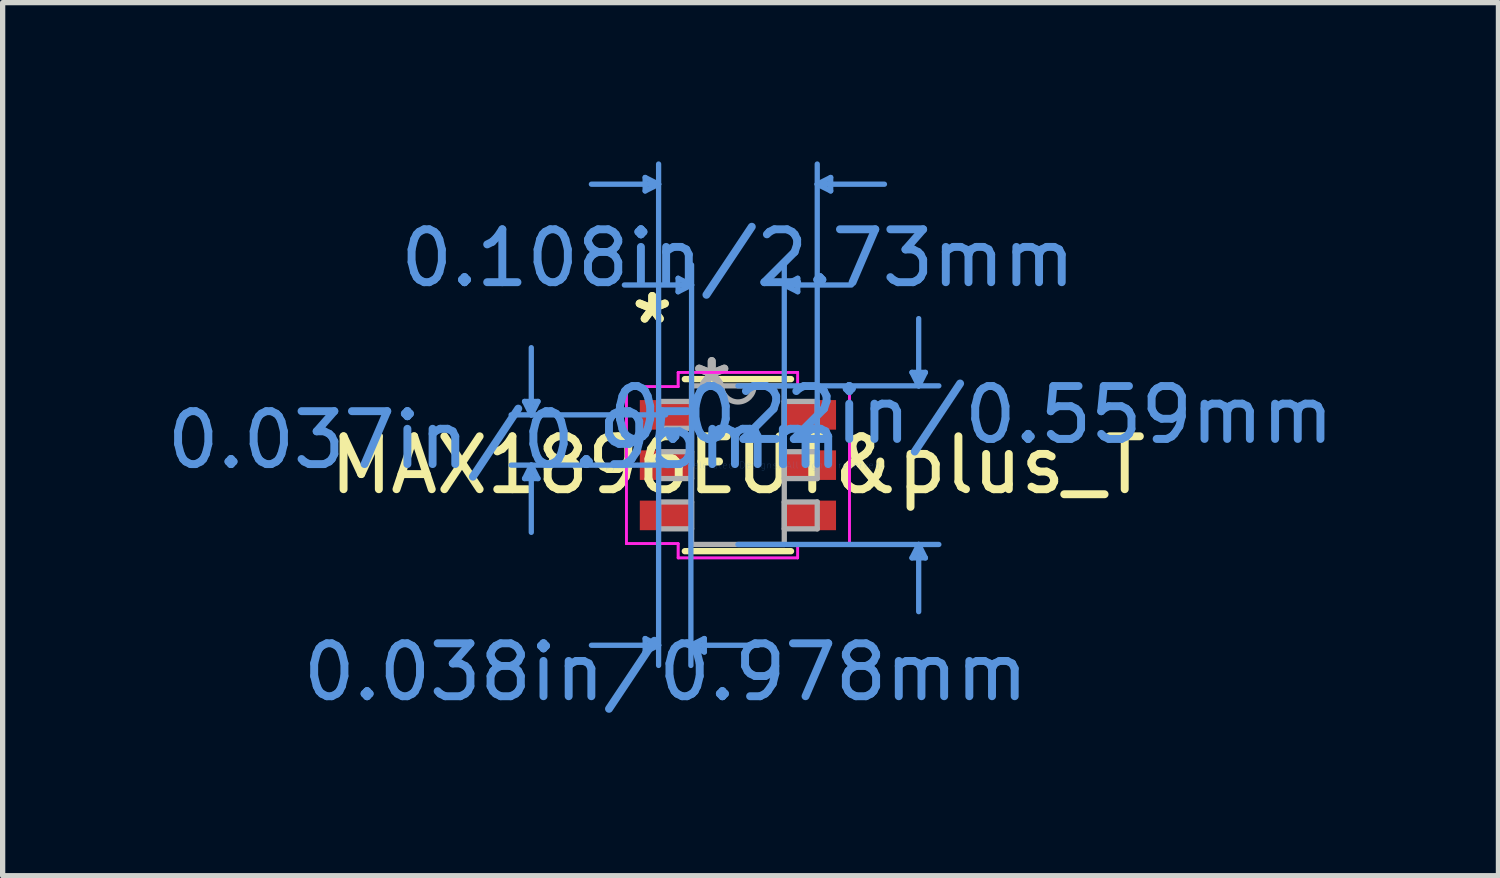
<source format=kicad_pcb>
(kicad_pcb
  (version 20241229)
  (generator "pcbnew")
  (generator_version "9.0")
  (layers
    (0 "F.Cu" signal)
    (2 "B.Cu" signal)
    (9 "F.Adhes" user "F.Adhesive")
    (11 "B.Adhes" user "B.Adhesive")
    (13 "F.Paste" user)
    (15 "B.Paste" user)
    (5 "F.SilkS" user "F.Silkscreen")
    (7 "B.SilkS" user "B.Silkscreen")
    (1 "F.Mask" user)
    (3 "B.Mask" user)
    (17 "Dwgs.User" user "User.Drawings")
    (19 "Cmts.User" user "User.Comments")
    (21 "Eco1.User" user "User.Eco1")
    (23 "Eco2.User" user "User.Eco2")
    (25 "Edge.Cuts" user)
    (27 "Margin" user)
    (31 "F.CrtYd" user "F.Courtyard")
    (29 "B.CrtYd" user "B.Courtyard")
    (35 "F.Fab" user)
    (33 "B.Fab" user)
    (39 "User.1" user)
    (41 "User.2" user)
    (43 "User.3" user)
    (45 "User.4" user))
  (footprint "MAX1896EUT&plus_T"
    (layer "F.Cu")
    (at 10.895 5.74)
    (property "Reference" "MAX1896EUT&plus_T" (at 0 0 0) (layer "F.SilkS") (effects (font (size 1 1) (thickness 0.15))))
    (attr through_hole)
    (fp_line (start -1.003 1.626) (end 1.003 1.626) (stroke (width 0.12) (type solid)) (layer "F.SilkS"))
    (fp_line (start 1.003 -1.626) (end -1.003 -1.626) (stroke (width 0.12) (type solid)) (layer "F.SilkS"))
    (fp_line (start -4.032 -1.204) (end -3.778 -1.204) (stroke (width 0.1) (type solid)) (layer "Cmts.User"))
    (fp_line (start -4.032 0.254) (end -3.778 0.254) (stroke (width 0.1) (type solid)) (layer "Cmts.User"))
    (fp_line (start -3.905 -0.95) (end -4.032 -1.204) (stroke (width 0.1) (type solid)) (layer "Cmts.User"))
    (fp_line (start -3.905 -0.95) (end -3.905 -2.22) (stroke (width 0.1) (type solid)) (layer "Cmts.User"))
    (fp_line (start -3.905 -0.95) (end -3.778 -1.204) (stroke (width 0.1) (type solid)) (layer "Cmts.User"))
    (fp_line (start -3.905 0) (end -4.032 0.254) (stroke (width 0.1) (type solid)) (layer "Cmts.User"))
    (fp_line (start -3.905 0) (end -3.905 1.27) (stroke (width 0.1) (type solid)) (layer "Cmts.User"))
    (fp_line (start -3.905 0) (end -3.778 0.254) (stroke (width 0.1) (type solid)) (layer "Cmts.User"))
    (fp_line (start -1.753 -5.436) (end -1.753 -5.182) (stroke (width 0.1) (type solid)) (layer "Cmts.User"))
    (fp_line (start -1.753 3.277) (end -1.753 3.531) (stroke (width 0.1) (type solid)) (layer "Cmts.User"))
    (fp_line (start -1.499 -5.309) (end -2.769 -5.309) (stroke (width 0.1) (type solid)) (layer "Cmts.User"))
    (fp_line (start -1.499 -5.309) (end -1.753 -5.436) (stroke (width 0.1) (type solid)) (layer "Cmts.User"))
    (fp_line (start -1.499 -5.309) (end -1.753 -5.182) (stroke (width 0.1) (type solid)) (layer "Cmts.User"))
    (fp_line (start -1.499 0) (end -1.499 -5.69) (stroke (width 0.1) (type solid)) (layer "Cmts.User"))
    (fp_line (start -1.499 0) (end -1.499 3.785) (stroke (width 0.1) (type solid)) (layer "Cmts.User"))
    (fp_line (start -1.499 3.404) (end -2.769 3.404) (stroke (width 0.1) (type solid)) (layer "Cmts.User"))
    (fp_line (start -1.499 3.404) (end -1.753 3.277) (stroke (width 0.1) (type solid)) (layer "Cmts.User"))
    (fp_line (start -1.499 3.404) (end -1.753 3.531) (stroke (width 0.1) (type solid)) (layer "Cmts.User"))
    (fp_line (start -1.365 -0.95) (end -4.286 -0.95) (stroke (width 0.1) (type solid)) (layer "Cmts.User"))
    (fp_line (start -1.365 0) (end -4.286 0) (stroke (width 0.1) (type solid)) (layer "Cmts.User"))
    (fp_line (start -1.13 -3.531) (end -1.13 -3.277) (stroke (width 0.1) (type solid)) (layer "Cmts.User"))
    (fp_line (start -0.889 0) (end -0.889 3.785) (stroke (width 0.1) (type solid)) (layer "Cmts.User"))
    (fp_line (start -0.889 3.404) (end -0.635 3.277) (stroke (width 0.1) (type solid)) (layer "Cmts.User"))
    (fp_line (start -0.889 3.404) (end -0.635 3.531) (stroke (width 0.1) (type solid)) (layer "Cmts.User"))
    (fp_line (start -0.889 3.404) (end 0.381 3.404) (stroke (width 0.1) (type solid)) (layer "Cmts.User"))
    (fp_line (start -0.876 -3.404) (end -2.146 -3.404) (stroke (width 0.1) (type solid)) (layer "Cmts.User"))
    (fp_line (start -0.876 -3.404) (end -1.13 -3.531) (stroke (width 0.1) (type solid)) (layer "Cmts.User"))
    (fp_line (start -0.876 -3.404) (end -1.13 -3.277) (stroke (width 0.1) (type solid)) (layer "Cmts.User"))
    (fp_line (start -0.876 0) (end -0.876 -3.785) (stroke (width 0.1) (type solid)) (layer "Cmts.User"))
    (fp_line (start -0.635 3.277) (end -0.635 3.531) (stroke (width 0.1) (type solid)) (layer "Cmts.User"))
    (fp_line (start 0 -1.499) (end 3.797 -1.499) (stroke (width 0.1) (type solid)) (layer "Cmts.User"))
    (fp_line (start 0 1.499) (end 3.797 1.499) (stroke (width 0.1) (type solid)) (layer "Cmts.User"))
    (fp_line (start 0.876 -3.404) (end 1.13 -3.531) (stroke (width 0.1) (type solid)) (layer "Cmts.User"))
    (fp_line (start 0.876 -3.404) (end 1.13 -3.277) (stroke (width 0.1) (type solid)) (layer "Cmts.User"))
    (fp_line (start 0.876 -3.404) (end 2.146 -3.404) (stroke (width 0.1) (type solid)) (layer "Cmts.User"))
    (fp_line (start 0.876 0) (end 0.876 -3.785) (stroke (width 0.1) (type solid)) (layer "Cmts.User"))
    (fp_line (start 1.13 -3.531) (end 1.13 -3.277) (stroke (width 0.1) (type solid)) (layer "Cmts.User"))
    (fp_line (start 1.499 -5.309) (end 1.753 -5.436) (stroke (width 0.1) (type solid)) (layer "Cmts.User"))
    (fp_line (start 1.499 -5.309) (end 1.753 -5.182) (stroke (width 0.1) (type solid)) (layer "Cmts.User"))
    (fp_line (start 1.499 -5.309) (end 2.769 -5.309) (stroke (width 0.1) (type solid)) (layer "Cmts.User"))
    (fp_line (start 1.499 0) (end 1.499 -5.69) (stroke (width 0.1) (type solid)) (layer "Cmts.User"))
    (fp_line (start 1.753 -5.436) (end 1.753 -5.182) (stroke (width 0.1) (type solid)) (layer "Cmts.User"))
    (fp_line (start 3.289 -1.753) (end 3.543 -1.753) (stroke (width 0.1) (type solid)) (layer "Cmts.User"))
    (fp_line (start 3.289 1.753) (end 3.543 1.753) (stroke (width 0.1) (type solid)) (layer "Cmts.User"))
    (fp_line (start 3.416 -1.499) (end 3.289 -1.753) (stroke (width 0.1) (type solid)) (layer "Cmts.User"))
    (fp_line (start 3.416 -1.499) (end 3.416 -2.769) (stroke (width 0.1) (type solid)) (layer "Cmts.User"))
    (fp_line (start 3.416 -1.499) (end 3.543 -1.753) (stroke (width 0.1) (type solid)) (layer "Cmts.User"))
    (fp_line (start 3.416 1.499) (end 3.289 1.753) (stroke (width 0.1) (type solid)) (layer "Cmts.User"))
    (fp_line (start 3.416 1.499) (end 3.416 2.769) (stroke (width 0.1) (type solid)) (layer "Cmts.User"))
    (fp_line (start 3.416 1.499) (end 3.543 1.753) (stroke (width 0.1) (type solid)) (layer "Cmts.User"))
    (fp_line (start -2.108 -1.483) (end -1.13 -1.483) (stroke (width 0.05) (type solid)) (layer "F.CrtYd"))
    (fp_line (start -2.108 -1.483) (end -1.13 -1.483) (stroke (width 0.05) (type solid)) (layer "F.CrtYd"))
    (fp_line (start -2.108 1.483) (end -2.108 -1.483) (stroke (width 0.05) (type solid)) (layer "F.CrtYd"))
    (fp_line (start -2.108 1.483) (end -2.108 -1.483) (stroke (width 0.05) (type solid)) (layer "F.CrtYd"))
    (fp_line (start -2.108 1.483) (end -1.13 1.483) (stroke (width 0.05) (type solid)) (layer "F.CrtYd"))
    (fp_line (start -1.13 -1.753) (end 1.13 -1.753) (stroke (width 0.05) (type solid)) (layer "F.CrtYd"))
    (fp_line (start -1.13 -1.753) (end 1.13 -1.753) (stroke (width 0.05) (type solid)) (layer "F.CrtYd"))
    (fp_line (start -1.13 -1.483) (end -1.13 -1.753) (stroke (width 0.05) (type solid)) (layer "F.CrtYd"))
    (fp_line (start -1.13 -1.483) (end -1.13 -1.753) (stroke (width 0.05) (type solid)) (layer "F.CrtYd"))
    (fp_line (start -1.13 1.483) (end -2.108 1.483) (stroke (width 0.05) (type solid)) (layer "F.CrtYd"))
    (fp_line (start -1.13 1.753) (end -1.13 1.483) (stroke (width 0.05) (type solid)) (layer "F.CrtYd"))
    (fp_line (start -1.13 1.753) (end -1.13 1.483) (stroke (width 0.05) (type solid)) (layer "F.CrtYd"))
    (fp_line (start 1.13 -1.753) (end 1.13 -1.483) (stroke (width 0.05) (type solid)) (layer "F.CrtYd"))
    (fp_line (start 1.13 -1.753) (end 1.13 -1.483) (stroke (width 0.05) (type solid)) (layer "F.CrtYd"))
    (fp_line (start 1.13 -1.483) (end 2.108 -1.483) (stroke (width 0.05) (type solid)) (layer "F.CrtYd"))
    (fp_line (start 1.13 1.483) (end 1.13 1.753) (stroke (width 0.05) (type solid)) (layer "F.CrtYd"))
    (fp_line (start 1.13 1.483) (end 1.13 1.753) (stroke (width 0.05) (type solid)) (layer "F.CrtYd"))
    (fp_line (start 1.13 1.753) (end -1.13 1.753) (stroke (width 0.05) (type solid)) (layer "F.CrtYd"))
    (fp_line (start 1.13 1.753) (end -1.13 1.753) (stroke (width 0.05) (type solid)) (layer "F.CrtYd"))
    (fp_line (start 2.108 -1.483) (end 1.13 -1.483) (stroke (width 0.05) (type solid)) (layer "F.CrtYd"))
    (fp_line (start 2.108 -1.483) (end 2.108 1.483) (stroke (width 0.05) (type solid)) (layer "F.CrtYd"))
    (fp_line (start 2.108 -1.483) (end 2.108 1.483) (stroke (width 0.05) (type solid)) (layer "F.CrtYd"))
    (fp_line (start 2.108 1.483) (end 1.13 1.483) (stroke (width 0.05) (type solid)) (layer "F.CrtYd"))
    (fp_line (start 2.108 1.483) (end 1.13 1.483) (stroke (width 0.05) (type solid)) (layer "F.CrtYd"))
    (fp_line (start -1.499 -1.204) (end -1.499 -0.696) (stroke (width 0.1) (type solid)) (layer "F.Fab"))
    (fp_line (start -1.499 -0.696) (end -0.876 -0.696) (stroke (width 0.1) (type solid)) (layer "F.Fab"))
    (fp_line (start -1.499 -0.254) (end -1.499 0.254) (stroke (width 0.1) (type solid)) (layer "F.Fab"))
    (fp_line (start -1.499 0.254) (end -0.876 0.254) (stroke (width 0.1) (type solid)) (layer "F.Fab"))
    (fp_line (start -1.499 0.696) (end -1.499 1.204) (stroke (width 0.1) (type solid)) (layer "F.Fab"))
    (fp_line (start -1.499 1.204) (end -0.876 1.204) (stroke (width 0.1) (type solid)) (layer "F.Fab"))
    (fp_line (start -0.876 -1.499) (end -0.876 1.499) (stroke (width 0.1) (type solid)) (layer "F.Fab"))
    (fp_line (start -0.876 -1.204) (end -1.499 -1.204) (stroke (width 0.1) (type solid)) (layer "F.Fab"))
    (fp_line (start -0.876 -0.696) (end -0.876 -1.204) (stroke (width 0.1) (type solid)) (layer "F.Fab"))
    (fp_line (start -0.876 -0.254) (end -1.499 -0.254) (stroke (width 0.1) (type solid)) (layer "F.Fab"))
    (fp_line (start -0.876 0.254) (end -0.876 -0.254) (stroke (width 0.1) (type solid)) (layer "F.Fab"))
    (fp_line (start -0.876 0.696) (end -1.499 0.696) (stroke (width 0.1) (type solid)) (layer "F.Fab"))
    (fp_line (start -0.876 1.204) (end -0.876 0.696) (stroke (width 0.1) (type solid)) (layer "F.Fab"))
    (fp_line (start -0.876 1.499) (end 0.876 1.499) (stroke (width 0.1) (type solid)) (layer "F.Fab"))
    (fp_line (start 0.876 -1.499) (end -0.876 -1.499) (stroke (width 0.1) (type solid)) (layer "F.Fab"))
    (fp_line (start 0.876 -1.204) (end 0.876 -0.696) (stroke (width 0.1) (type solid)) (layer "F.Fab"))
    (fp_line (start 0.876 -0.696) (end 1.499 -0.696) (stroke (width 0.1) (type solid)) (layer "F.Fab"))
    (fp_line (start 0.876 -0.254) (end 0.876 0.254) (stroke (width 0.1) (type solid)) (layer "F.Fab"))
    (fp_line (start 0.876 0.254) (end 1.499 0.254) (stroke (width 0.1) (type solid)) (layer "F.Fab"))
    (fp_line (start 0.876 0.696) (end 0.876 1.204) (stroke (width 0.1) (type solid)) (layer "F.Fab"))
    (fp_line (start 0.876 1.204) (end 1.499 1.204) (stroke (width 0.1) (type solid)) (layer "F.Fab"))
    (fp_line (start 0.876 1.499) (end 0.876 -1.499) (stroke (width 0.1) (type solid)) (layer "F.Fab"))
    (fp_line (start 1.499 -1.204) (end 0.876 -1.204) (stroke (width 0.1) (type solid)) (layer "F.Fab"))
    (fp_line (start 1.499 -0.696) (end 1.499 -1.204) (stroke (width 0.1) (type solid)) (layer "F.Fab"))
    (fp_line (start 1.499 -0.254) (end 0.876 -0.254) (stroke (width 0.1) (type solid)) (layer "F.Fab"))
    (fp_line (start 1.499 0.254) (end 1.499 -0.254) (stroke (width 0.1) (type solid)) (layer "F.Fab"))
    (fp_line (start 1.499 0.696) (end 0.876 0.696) (stroke (width 0.1) (type solid)) (layer "F.Fab"))
    (fp_line (start 1.499 1.204) (end 1.499 0.696) (stroke (width 0.1) (type solid)) (layer "F.Fab"))
    (fp_arc (start 0.3048 -1.4986) (mid 0 -1.1938) (end -0.3048 -1.4986) (stroke (width 0.1) (type solid)) (layer "F.Fab"))
    (fp_text user "*" (at -1.619 -2.652 0) (layer "F.SilkS") (effects (font (size 1 1) (thickness 0.15))))
    (fp_text user "*" (at -1.619 -2.652 0) (layer "F.SilkS") (effects (font (size 1 1) (thickness 0.15))))
    (fp_text user "0.022in/0.559mm" (at 4.413 -0.95 0) (layer "Cmts.User") (effects (font (size 1 1) (thickness 0.15))))
    (fp_text user "0.108in/2.73mm" (at 0 -3.912 0) (layer "Cmts.User") (effects (font (size 1 1) (thickness 0.15))))
    (fp_text user "Copyright 2021 Accelerated Designs. All rights reserved." (at 0 0 0) (layer "Cmts.User") (effects (font (size 0.127 0.127) (thickness 0.002))))
    (fp_text user "0.038in/0.978mm" (at -1.365 3.912 0) (layer "Cmts.User") (effects (font (size 1 1) (thickness 0.15))))
    (fp_text user "0.037in/0.95mm" (at -4.413 -0.475 0) (layer "Cmts.User") (effects (font (size 1 1) (thickness 0.15))))
    (fp_text user "*" (at -0.495 -1.422 0) (layer "F.Fab") (effects (font (size 1 1) (thickness 0.15))))
    (fp_text user "*" (at -0.495 -1.422 0) (layer "F.Fab") (effects (font (size 1 1) (thickness 0.15))))
    (pad "1" smd rect (at -1.365 -0.95) (size 0.978 0.559) (layers "F.Cu" "F.Mask" "F.Paste"))
    (pad "2" smd rect (at -1.365 0) (size 0.978 0.559) (layers "F.Cu" "F.Mask" "F.Paste"))
    (pad "3" smd rect (at -1.365 0.95) (size 0.978 0.559) (layers "F.Cu" "F.Mask" "F.Paste"))
    (pad "4" smd rect (at 1.365 0.95) (size 0.978 0.559) (layers "F.Cu" "F.Mask" "F.Paste"))
    (pad "5" smd rect (at 1.365 0) (size 0.978 0.559) (layers "F.Cu" "F.Mask" "F.Paste"))
    (pad "6" smd rect (at 1.365 -0.95) (size 0.978 0.559) (layers "F.Cu" "F.Mask" "F.Paste")))
  (gr_rect
    (start -3 -3)
    (end 25.267 13.499)
    (stroke (width 0.1) (type default))
    (fill no)
    (layer "Edge.Cuts")))
</source>
